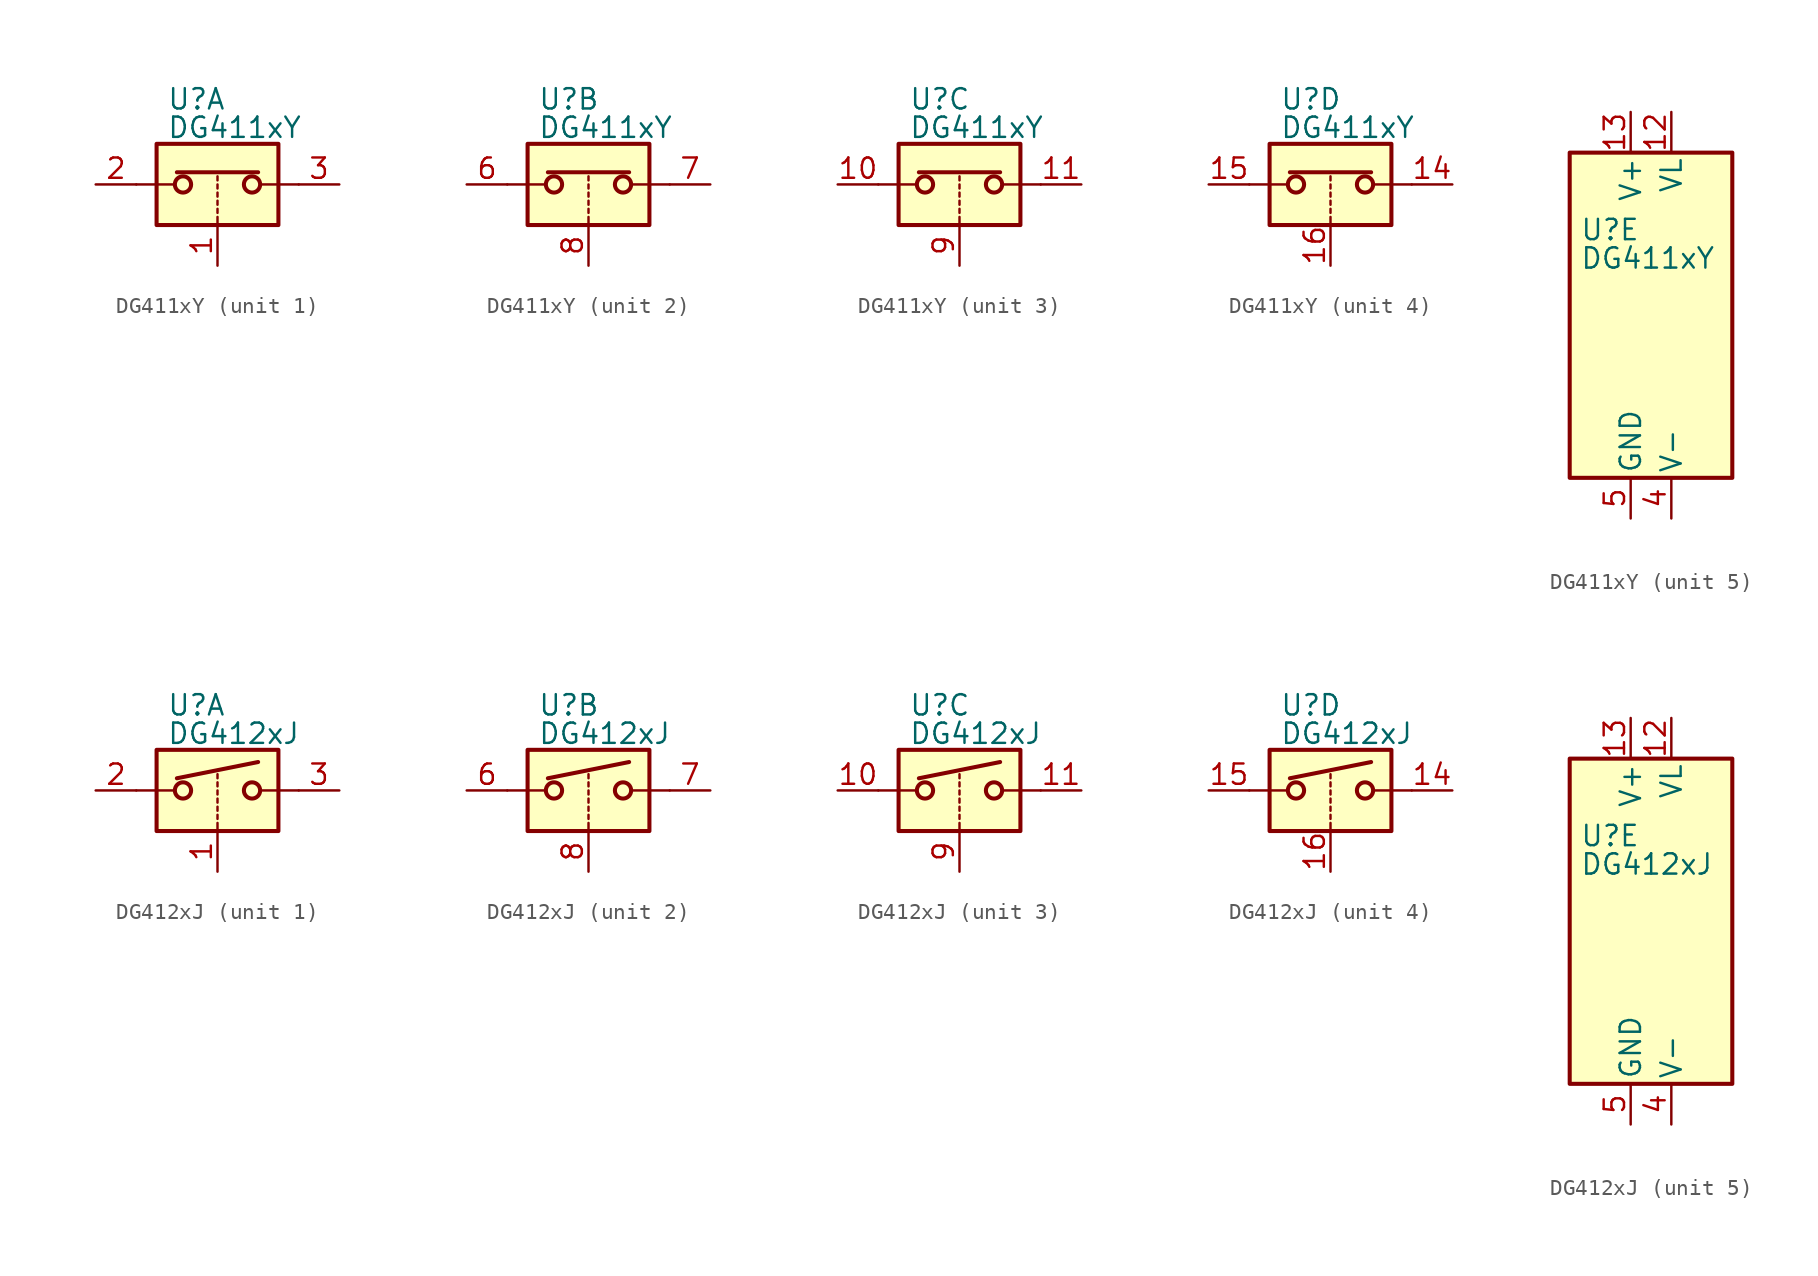
<source format=kicad_sym>
(kicad_symbol_lib
  (version 20220914)
  (generator kicad_symbol_editor)
  (symbol "DG411xY"
    (pin_names
      (offset 0.254))
    (property "Reference" "U"
      (at -3.175 5.334 0)
      (effects (font (size 1.27 1.27)) (justify left)))
    (property "Value" "DG411xY"
      (at -3.175 3.556 0)
      (effects (font (size 1.27 1.27)) (justify left)))
    (symbol "DG411xY_1_1"
      (rectangle (start -3.81 2.54) (end 3.81 -2.54) (stroke (width 0.254) (type default)) (fill (type background)))
      (circle (center -2.159 0) (radius 0.508) (stroke (width 0.254) (type default)) (fill (type none)))
      (polyline (pts (xy -5.08 0) (xy -2.794 0)) (stroke (width 0) (type default)) (fill (type none)))
      (polyline (pts (xy -2.54 0.762) (xy 2.54 0.762)) (stroke (width 0.254) (type default)) (fill (type none)))
      (polyline (pts (xy 0 -2.54) (xy 0 -2.032)) (stroke (width 0) (type default)) (fill (type none)))
      (polyline (pts (xy 0 -1.778) (xy 0 -1.524)) (stroke (width 0) (type default)) (fill (type none)))
      (polyline (pts (xy 0 -1.27) (xy 0 -1.016)) (stroke (width 0) (type default)) (fill (type none)))
      (polyline (pts (xy 0 -0.762) (xy 0 -0.508)) (stroke (width 0) (type default)) (fill (type none)))
      (polyline (pts (xy 0 -0.254) (xy 0 0)) (stroke (width 0) (type default)) (fill (type none)))
      (polyline (pts (xy 0 0.254) (xy 0 0.508)) (stroke (width 0) (type default)) (fill (type none)))
      (polyline (pts (xy 5.08 0) (xy 2.794 0)) (stroke (width 0) (type default)) (fill (type none)))
      (circle (center 2.159 0) (radius 0.508) (stroke (width 0.254) (type default)) (fill (type none)))
      (pin input line (at 0 -5.08 90) (length 2.54) (name "~" (effects (font (size 1.27 1.27)))) (number "1" (effects (font (size 1.27 1.27)))))
      (pin passive line (at -7.62 0 0) (length 2.54) (name "~" (effects (font (size 1.27 1.27)))) (number "2" (effects (font (size 1.27 1.27)))))
      (pin passive line (at 7.62 0 180) (length 2.54) (name "~" (effects (font (size 1.27 1.27)))) (number "3" (effects (font (size 1.27 1.27))))))
    (symbol "DG411xY_2_1"
      (rectangle (start -3.81 2.54) (end 3.81 -2.54) (stroke (width 0.254) (type default)) (fill (type background)))
      (circle (center -2.159 0) (radius 0.508) (stroke (width 0.254) (type default)) (fill (type none)))
      (polyline (pts (xy -5.08 0) (xy -2.794 0)) (stroke (width 0) (type default)) (fill (type none)))
      (polyline (pts (xy -2.54 0.762) (xy 2.54 0.762)) (stroke (width 0.254) (type default)) (fill (type none)))
      (polyline (pts (xy 0 -2.54) (xy 0 -2.032)) (stroke (width 0) (type default)) (fill (type none)))
      (polyline (pts (xy 0 -1.778) (xy 0 -1.524)) (stroke (width 0) (type default)) (fill (type none)))
      (polyline (pts (xy 0 -1.27) (xy 0 -1.016)) (stroke (width 0) (type default)) (fill (type none)))
      (polyline (pts (xy 0 -0.762) (xy 0 -0.508)) (stroke (width 0) (type default)) (fill (type none)))
      (polyline (pts (xy 0 -0.254) (xy 0 0)) (stroke (width 0) (type default)) (fill (type none)))
      (polyline (pts (xy 0 0.254) (xy 0 0.508)) (stroke (width 0) (type default)) (fill (type none)))
      (polyline (pts (xy 5.08 0) (xy 2.794 0)) (stroke (width 0) (type default)) (fill (type none)))
      (circle (center 2.159 0) (radius 0.508) (stroke (width 0.254) (type default)) (fill (type none)))
      (pin passive line (at -7.62 0 0) (length 2.54) (name "~" (effects (font (size 1.27 1.27)))) (number "6" (effects (font (size 1.27 1.27)))))
      (pin passive line (at 7.62 0 180) (length 2.54) (name "~" (effects (font (size 1.27 1.27)))) (number "7" (effects (font (size 1.27 1.27)))))
      (pin input line (at 0 -5.08 90) (length 2.54) (name "~" (effects (font (size 1.27 1.27)))) (number "8" (effects (font (size 1.27 1.27))))))
    (symbol "DG411xY_3_1"
      (rectangle (start -3.81 2.54) (end 3.81 -2.54) (stroke (width 0.254) (type default)) (fill (type background)))
      (circle (center -2.159 0) (radius 0.508) (stroke (width 0.254) (type default)) (fill (type none)))
      (polyline (pts (xy -5.08 0) (xy -2.794 0)) (stroke (width 0) (type default)) (fill (type none)))
      (polyline (pts (xy -2.54 0.762) (xy 2.54 0.762)) (stroke (width 0.254) (type default)) (fill (type none)))
      (polyline (pts (xy 0 -2.54) (xy 0 -2.032)) (stroke (width 0) (type default)) (fill (type none)))
      (polyline (pts (xy 0 -1.778) (xy 0 -1.524)) (stroke (width 0) (type default)) (fill (type none)))
      (polyline (pts (xy 0 -1.27) (xy 0 -1.016)) (stroke (width 0) (type default)) (fill (type none)))
      (polyline (pts (xy 0 -0.762) (xy 0 -0.508)) (stroke (width 0) (type default)) (fill (type none)))
      (polyline (pts (xy 0 -0.254) (xy 0 0)) (stroke (width 0) (type default)) (fill (type none)))
      (polyline (pts (xy 0 0.254) (xy 0 0.508)) (stroke (width 0) (type default)) (fill (type none)))
      (polyline (pts (xy 5.08 0) (xy 2.794 0)) (stroke (width 0) (type default)) (fill (type none)))
      (circle (center 2.159 0) (radius 0.508) (stroke (width 0.254) (type default)) (fill (type none)))
      (pin passive line (at -7.62 0 0) (length 2.54) (name "~" (effects (font (size 1.27 1.27)))) (number "10" (effects (font (size 1.27 1.27)))))
      (pin passive line (at 7.62 0 180) (length 2.54) (name "~" (effects (font (size 1.27 1.27)))) (number "11" (effects (font (size 1.27 1.27)))))
      (pin input line (at 0 -5.08 90) (length 2.54) (name "~" (effects (font (size 1.27 1.27)))) (number "9" (effects (font (size 1.27 1.27))))))
    (symbol "DG411xY_4_1"
      (rectangle (start -3.81 2.54) (end 3.81 -2.54) (stroke (width 0.254) (type default)) (fill (type background)))
      (circle (center -2.159 0) (radius 0.508) (stroke (width 0.254) (type default)) (fill (type none)))
      (polyline (pts (xy -5.08 0) (xy -2.794 0)) (stroke (width 0) (type default)) (fill (type none)))
      (polyline (pts (xy -2.54 0.762) (xy 2.54 0.762)) (stroke (width 0.254) (type default)) (fill (type none)))
      (polyline (pts (xy 0 -2.54) (xy 0 -2.032)) (stroke (width 0) (type default)) (fill (type none)))
      (polyline (pts (xy 0 -1.778) (xy 0 -1.524)) (stroke (width 0) (type default)) (fill (type none)))
      (polyline (pts (xy 0 -1.27) (xy 0 -1.016)) (stroke (width 0) (type default)) (fill (type none)))
      (polyline (pts (xy 0 -0.762) (xy 0 -0.508)) (stroke (width 0) (type default)) (fill (type none)))
      (polyline (pts (xy 0 -0.254) (xy 0 0)) (stroke (width 0) (type default)) (fill (type none)))
      (polyline (pts (xy 0 0.254) (xy 0 0.508)) (stroke (width 0) (type default)) (fill (type none)))
      (polyline (pts (xy 5.08 0) (xy 2.794 0)) (stroke (width 0) (type default)) (fill (type none)))
      (circle (center 2.159 0) (radius 0.508) (stroke (width 0.254) (type default)) (fill (type none)))
      (pin passive line (at 7.62 0 180) (length 2.54) (name "~" (effects (font (size 1.27 1.27)))) (number "14" (effects (font (size 1.27 1.27)))))
      (pin passive line (at -7.62 0 0) (length 2.54) (name "~" (effects (font (size 1.27 1.27)))) (number "15" (effects (font (size 1.27 1.27)))))
      (pin input line (at 0 -5.08 90) (length 2.54) (name "~" (effects (font (size 1.27 1.27)))) (number "16" (effects (font (size 1.27 1.27))))))
    (symbol "DG411xY_5_0"
      (pin power_in line (at 2.54 12.7 270) (length 2.54) (name "VL" (effects (font (size 1.27 1.27)))) (number "12" (effects (font (size 1.27 1.27)))))
      (pin power_in line (at 0 12.7 270) (length 2.54) (name "V+" (effects (font (size 1.27 1.27)))) (number "13" (effects (font (size 1.27 1.27)))))
      (pin power_in line (at 2.54 -12.7 90) (length 2.54) (name "V-" (effects (font (size 1.27 1.27)))) (number "4" (effects (font (size 1.27 1.27)))))
      (pin power_in line (at 0 -12.7 90) (length 2.54) (name "GND" (effects (font (size 1.27 1.27)))) (number "5" (effects (font (size 1.27 1.27))))))
    (symbol "DG411xY_5_1"
      (rectangle (start -3.81 10.16) (end 6.35 -10.16) (stroke (width 0.254) (type default)) (fill (type background)))))
  (symbol "DG412xJ"
    (pin_names
      (offset 0.254))
    (property "Reference" "U"
      (at -3.175 5.334 0)
      (effects (font (size 1.27 1.27)) (justify left)))
    (property "Value" "DG412xJ"
      (at -3.175 3.556 0)
      (effects (font (size 1.27 1.27)) (justify left)))
    (symbol "DG412xJ_1_1"
      (rectangle (start -3.81 2.54) (end 3.81 -2.54) (stroke (width 0.254) (type default)) (fill (type background)))
      (circle (center -2.159 0) (radius 0.508) (stroke (width 0.254) (type default)) (fill (type none)))
      (polyline (pts (xy -5.08 0) (xy -2.794 0)) (stroke (width 0) (type default)) (fill (type none)))
      (polyline (pts (xy -2.54 0.762) (xy 2.54 1.778)) (stroke (width 0.254) (type default)) (fill (type none)))
      (polyline (pts (xy 0 -2.54) (xy 0 -2.032)) (stroke (width 0) (type default)) (fill (type none)))
      (polyline (pts (xy 0 -1.778) (xy 0 -1.524)) (stroke (width 0) (type default)) (fill (type none)))
      (polyline (pts (xy 0 -1.27) (xy 0 -1.016)) (stroke (width 0) (type default)) (fill (type none)))
      (polyline (pts (xy 0 -0.762) (xy 0 -0.508)) (stroke (width 0) (type default)) (fill (type none)))
      (polyline (pts (xy 0 -0.254) (xy 0 0)) (stroke (width 0) (type default)) (fill (type none)))
      (polyline (pts (xy 0 0.254) (xy 0 0.508)) (stroke (width 0) (type default)) (fill (type none)))
      (polyline (pts (xy 0 0.762) (xy 0 1.016)) (stroke (width 0) (type default)) (fill (type none)))
      (polyline (pts (xy 5.08 0) (xy 2.794 0)) (stroke (width 0) (type default)) (fill (type none)))
      (circle (center 2.159 0) (radius 0.508) (stroke (width 0.254) (type default)) (fill (type none)))
      (pin input line (at 0 -5.08 90) (length 2.54) (name "~" (effects (font (size 1.27 1.27)))) (number "1" (effects (font (size 1.27 1.27)))))
      (pin passive line (at -7.62 0 0) (length 2.54) (name "~" (effects (font (size 1.27 1.27)))) (number "2" (effects (font (size 1.27 1.27)))))
      (pin passive line (at 7.62 0 180) (length 2.54) (name "~" (effects (font (size 1.27 1.27)))) (number "3" (effects (font (size 1.27 1.27))))))
    (symbol "DG412xJ_2_1"
      (rectangle (start -3.81 2.54) (end 3.81 -2.54) (stroke (width 0.254) (type default)) (fill (type background)))
      (circle (center -2.159 0) (radius 0.508) (stroke (width 0.254) (type default)) (fill (type none)))
      (polyline (pts (xy -5.08 0) (xy -2.794 0)) (stroke (width 0) (type default)) (fill (type none)))
      (polyline (pts (xy -2.54 0.762) (xy 2.54 1.778)) (stroke (width 0.254) (type default)) (fill (type none)))
      (polyline (pts (xy 0 -2.54) (xy 0 -2.032)) (stroke (width 0) (type default)) (fill (type none)))
      (polyline (pts (xy 0 -1.778) (xy 0 -1.524)) (stroke (width 0) (type default)) (fill (type none)))
      (polyline (pts (xy 0 -1.27) (xy 0 -1.016)) (stroke (width 0) (type default)) (fill (type none)))
      (polyline (pts (xy 0 -0.762) (xy 0 -0.508)) (stroke (width 0) (type default)) (fill (type none)))
      (polyline (pts (xy 0 -0.254) (xy 0 0)) (stroke (width 0) (type default)) (fill (type none)))
      (polyline (pts (xy 0 0.254) (xy 0 0.508)) (stroke (width 0) (type default)) (fill (type none)))
      (polyline (pts (xy 0 0.762) (xy 0 1.016)) (stroke (width 0) (type default)) (fill (type none)))
      (polyline (pts (xy 5.08 0) (xy 2.794 0)) (stroke (width 0) (type default)) (fill (type none)))
      (circle (center 2.159 0) (radius 0.508) (stroke (width 0.254) (type default)) (fill (type none)))
      (pin passive line (at -7.62 0 0) (length 2.54) (name "~" (effects (font (size 1.27 1.27)))) (number "6" (effects (font (size 1.27 1.27)))))
      (pin passive line (at 7.62 0 180) (length 2.54) (name "~" (effects (font (size 1.27 1.27)))) (number "7" (effects (font (size 1.27 1.27)))))
      (pin input line (at 0 -5.08 90) (length 2.54) (name "~" (effects (font (size 1.27 1.27)))) (number "8" (effects (font (size 1.27 1.27))))))
    (symbol "DG412xJ_3_1"
      (rectangle (start -3.81 2.54) (end 3.81 -2.54) (stroke (width 0.254) (type default)) (fill (type background)))
      (circle (center -2.159 0) (radius 0.508) (stroke (width 0.254) (type default)) (fill (type none)))
      (polyline (pts (xy -5.08 0) (xy -2.794 0)) (stroke (width 0) (type default)) (fill (type none)))
      (polyline (pts (xy -2.54 0.762) (xy 2.54 1.778)) (stroke (width 0.254) (type default)) (fill (type none)))
      (polyline (pts (xy 0 -2.54) (xy 0 -2.032)) (stroke (width 0) (type default)) (fill (type none)))
      (polyline (pts (xy 0 -1.778) (xy 0 -1.524)) (stroke (width 0) (type default)) (fill (type none)))
      (polyline (pts (xy 0 -1.27) (xy 0 -1.016)) (stroke (width 0) (type default)) (fill (type none)))
      (polyline (pts (xy 0 -0.762) (xy 0 -0.508)) (stroke (width 0) (type default)) (fill (type none)))
      (polyline (pts (xy 0 -0.254) (xy 0 0)) (stroke (width 0) (type default)) (fill (type none)))
      (polyline (pts (xy 0 0.254) (xy 0 0.508)) (stroke (width 0) (type default)) (fill (type none)))
      (polyline (pts (xy 0 0.762) (xy 0 1.016)) (stroke (width 0) (type default)) (fill (type none)))
      (polyline (pts (xy 5.08 0) (xy 2.794 0)) (stroke (width 0) (type default)) (fill (type none)))
      (circle (center 2.159 0) (radius 0.508) (stroke (width 0.254) (type default)) (fill (type none)))
      (pin passive line (at -7.62 0 0) (length 2.54) (name "~" (effects (font (size 1.27 1.27)))) (number "10" (effects (font (size 1.27 1.27)))))
      (pin passive line (at 7.62 0 180) (length 2.54) (name "~" (effects (font (size 1.27 1.27)))) (number "11" (effects (font (size 1.27 1.27)))))
      (pin input line (at 0 -5.08 90) (length 2.54) (name "~" (effects (font (size 1.27 1.27)))) (number "9" (effects (font (size 1.27 1.27))))))
    (symbol "DG412xJ_4_1"
      (rectangle (start -3.81 2.54) (end 3.81 -2.54) (stroke (width 0.254) (type default)) (fill (type background)))
      (circle (center -2.159 0) (radius 0.508) (stroke (width 0.254) (type default)) (fill (type none)))
      (polyline (pts (xy -5.08 0) (xy -2.794 0)) (stroke (width 0) (type default)) (fill (type none)))
      (polyline (pts (xy -2.54 0.762) (xy 2.54 1.778)) (stroke (width 0.254) (type default)) (fill (type none)))
      (polyline (pts (xy 0 -2.54) (xy 0 -2.032)) (stroke (width 0) (type default)) (fill (type none)))
      (polyline (pts (xy 0 -1.778) (xy 0 -1.524)) (stroke (width 0) (type default)) (fill (type none)))
      (polyline (pts (xy 0 -1.27) (xy 0 -1.016)) (stroke (width 0) (type default)) (fill (type none)))
      (polyline (pts (xy 0 -0.762) (xy 0 -0.508)) (stroke (width 0) (type default)) (fill (type none)))
      (polyline (pts (xy 0 -0.254) (xy 0 0)) (stroke (width 0) (type default)) (fill (type none)))
      (polyline (pts (xy 0 0.254) (xy 0 0.508)) (stroke (width 0) (type default)) (fill (type none)))
      (polyline (pts (xy 0 0.762) (xy 0 1.016)) (stroke (width 0) (type default)) (fill (type none)))
      (polyline (pts (xy 5.08 0) (xy 2.794 0)) (stroke (width 0) (type default)) (fill (type none)))
      (circle (center 2.159 0) (radius 0.508) (stroke (width 0.254) (type default)) (fill (type none)))
      (pin passive line (at 7.62 0 180) (length 2.54) (name "~" (effects (font (size 1.27 1.27)))) (number "14" (effects (font (size 1.27 1.27)))))
      (pin passive line (at -7.62 0 0) (length 2.54) (name "~" (effects (font (size 1.27 1.27)))) (number "15" (effects (font (size 1.27 1.27)))))
      (pin input line (at 0 -5.08 90) (length 2.54) (name "~" (effects (font (size 1.27 1.27)))) (number "16" (effects (font (size 1.27 1.27))))))
    (symbol "DG412xJ_5_0"
      (pin power_in line (at 2.54 12.7 270) (length 2.54) (name "VL" (effects (font (size 1.27 1.27)))) (number "12" (effects (font (size 1.27 1.27)))))
      (pin power_in line (at 0 12.7 270) (length 2.54) (name "V+" (effects (font (size 1.27 1.27)))) (number "13" (effects (font (size 1.27 1.27)))))
      (pin power_in line (at 2.54 -12.7 90) (length 2.54) (name "V-" (effects (font (size 1.27 1.27)))) (number "4" (effects (font (size 1.27 1.27)))))
      (pin power_in line (at 0 -12.7 90) (length 2.54) (name "GND" (effects (font (size 1.27 1.27)))) (number "5" (effects (font (size 1.27 1.27))))))
    (symbol "DG412xJ_5_1"
      (rectangle (start -3.81 10.16) (end 6.35 -10.16) (stroke (width 0.254) (type default)) (fill (type background))))))
</source>
